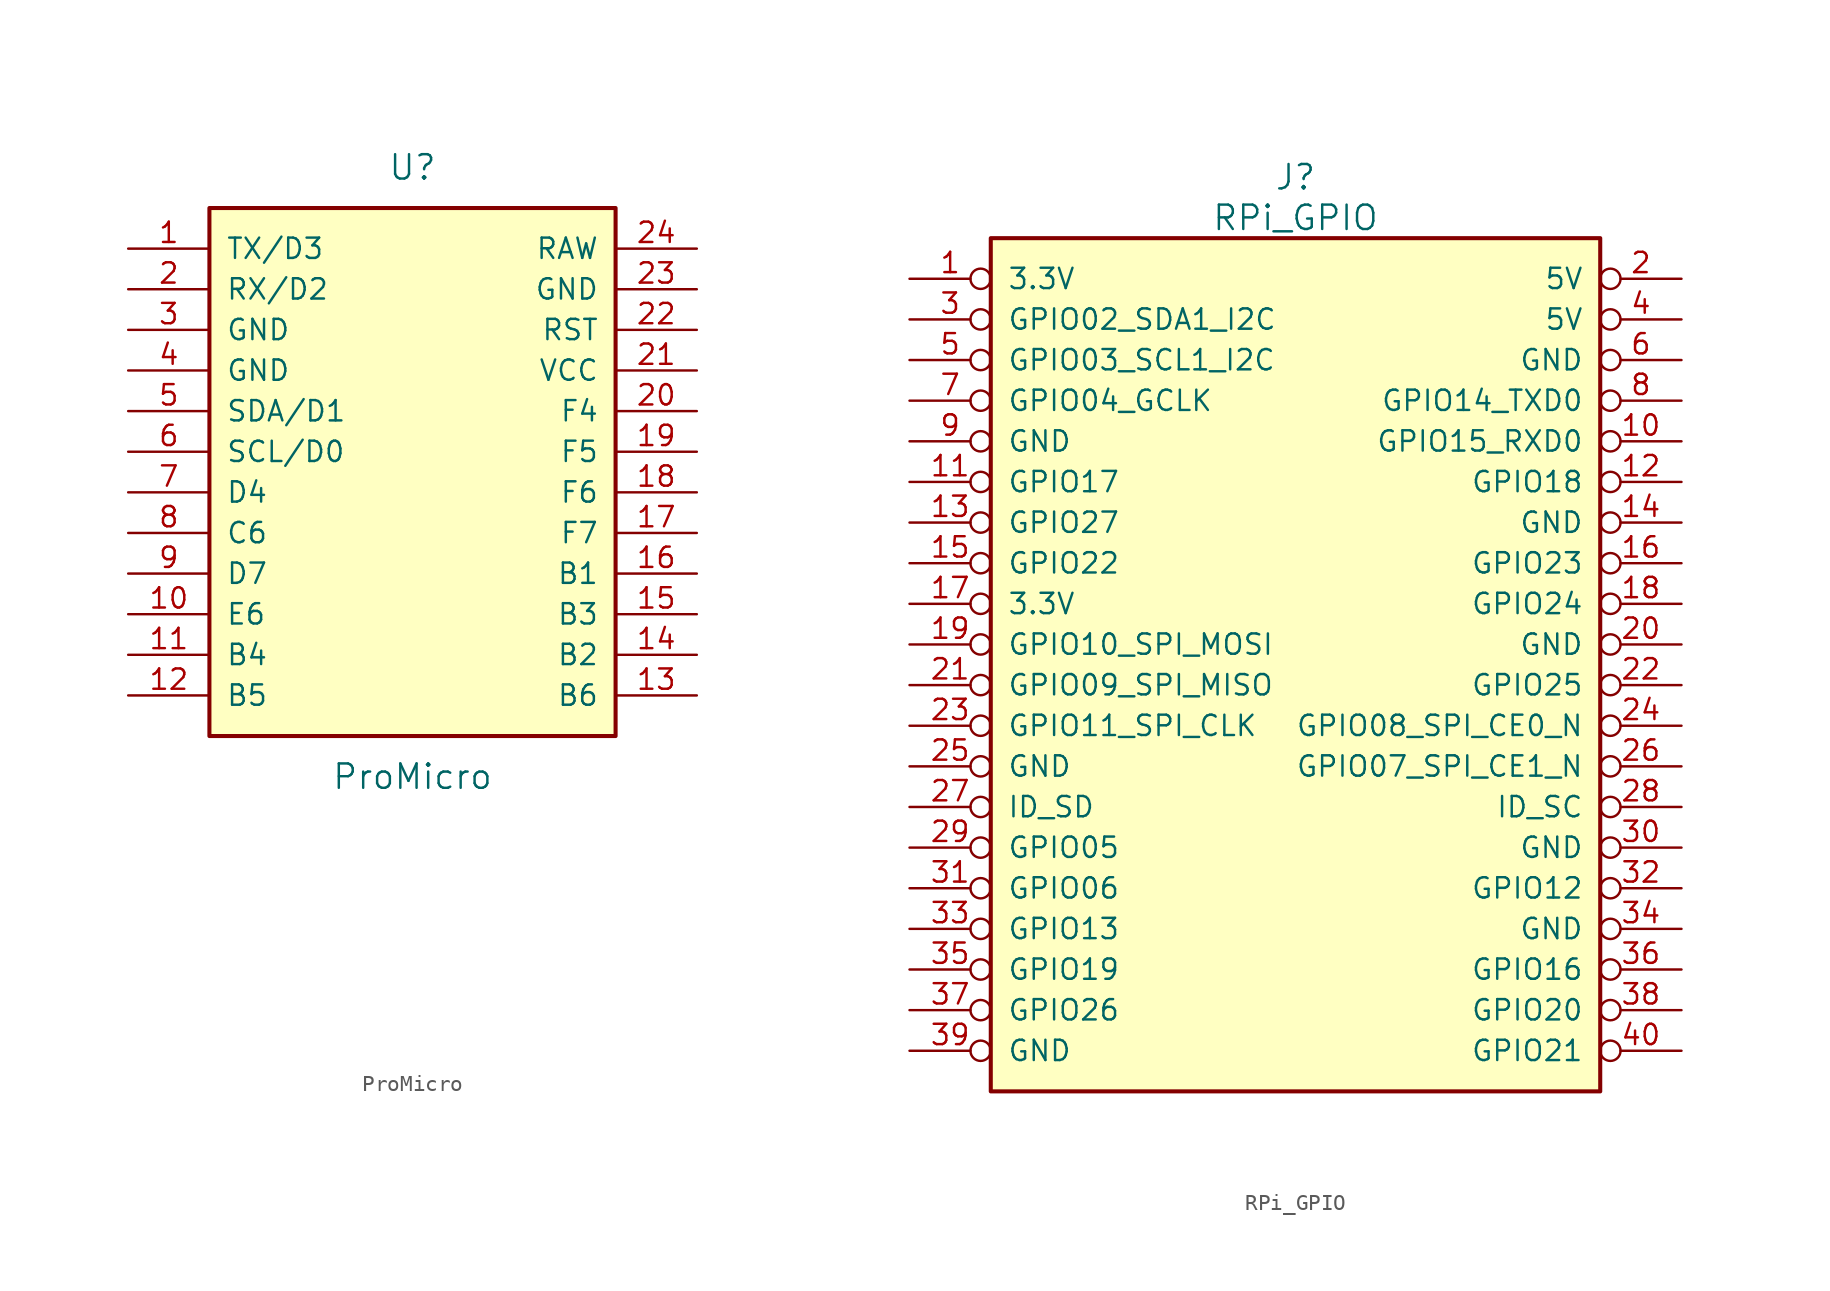
<source format=kicad_sym>
(kicad_symbol_lib
  (version 20201005)
  (generator kicad_symbol_editor)
  (symbol "#library:ProMicro"
    (pin_names
      (offset 1.016))
    (property "Reference" "U"
      (at 0 24.13 0)
      (effects (font (size 1.524 1.524))))
    (property "Value" "ProMicro"
      (at 0 -13.97 0)
      (effects (font (size 1.524 1.524))))
    (property "Footprint" ""
      (at 2.54 -26.67 0)
      (effects (font (size 1.524 1.524))))
    (property "Datasheet" ""
      (at 2.54 -26.67 0)
      (effects (font (size 1.524 1.524))))
    (symbol "ProMicro_0_1"
      (rectangle (start -12.7 21.59) (end 12.7 -11.43) (stroke (width 0.254)) (fill (type background))))
    (symbol "ProMicro_1_1"
      (pin bidirectional line (at -17.78 19.05 0) (length 5.08) (name "TX/D3" (effects (font (size 1.27 1.27)))) (number "1" (effects (font (size 1.27 1.27)))))
      (pin bidirectional line (at -17.78 -3.81 0) (length 5.08) (name "E6" (effects (font (size 1.27 1.27)))) (number "10" (effects (font (size 1.27 1.27)))))
      (pin bidirectional line (at -17.78 -6.35 0) (length 5.08) (name "B4" (effects (font (size 1.27 1.27)))) (number "11" (effects (font (size 1.27 1.27)))))
      (pin bidirectional line (at -17.78 -8.89 0) (length 5.08) (name "B5" (effects (font (size 1.27 1.27)))) (number "12" (effects (font (size 1.27 1.27)))))
      (pin bidirectional line (at 17.78 -8.89 180) (length 5.08) (name "B6" (effects (font (size 1.27 1.27)))) (number "13" (effects (font (size 1.27 1.27)))))
      (pin bidirectional line (at 17.78 -6.35 180) (length 5.08) (name "B2" (effects (font (size 1.27 1.27)))) (number "14" (effects (font (size 1.27 1.27)))))
      (pin bidirectional line (at 17.78 -3.81 180) (length 5.08) (name "B3" (effects (font (size 1.27 1.27)))) (number "15" (effects (font (size 1.27 1.27)))))
      (pin bidirectional line (at 17.78 -1.27 180) (length 5.08) (name "B1" (effects (font (size 1.27 1.27)))) (number "16" (effects (font (size 1.27 1.27)))))
      (pin bidirectional line (at 17.78 1.27 180) (length 5.08) (name "F7" (effects (font (size 1.27 1.27)))) (number "17" (effects (font (size 1.27 1.27)))))
      (pin bidirectional line (at 17.78 3.81 180) (length 5.08) (name "F6" (effects (font (size 1.27 1.27)))) (number "18" (effects (font (size 1.27 1.27)))))
      (pin bidirectional line (at 17.78 6.35 180) (length 5.08) (name "F5" (effects (font (size 1.27 1.27)))) (number "19" (effects (font (size 1.27 1.27)))))
      (pin bidirectional line (at -17.78 16.51 0) (length 5.08) (name "RX/D2" (effects (font (size 1.27 1.27)))) (number "2" (effects (font (size 1.27 1.27)))))
      (pin bidirectional line (at 17.78 8.89 180) (length 5.08) (name "F4" (effects (font (size 1.27 1.27)))) (number "20" (effects (font (size 1.27 1.27)))))
      (pin power_in line (at 17.78 11.43 180) (length 5.08) (name "VCC" (effects (font (size 1.27 1.27)))) (number "21" (effects (font (size 1.27 1.27)))))
      (pin input line (at 17.78 13.97 180) (length 5.08) (name "RST" (effects (font (size 1.27 1.27)))) (number "22" (effects (font (size 1.27 1.27)))))
      (pin power_in line (at 17.78 16.51 180) (length 5.08) (name "GND" (effects (font (size 1.27 1.27)))) (number "23" (effects (font (size 1.27 1.27)))))
      (pin power_out line (at 17.78 19.05 180) (length 5.08) (name "RAW" (effects (font (size 1.27 1.27)))) (number "24" (effects (font (size 1.27 1.27)))))
      (pin power_in line (at -17.78 13.97 0) (length 5.08) (name "GND" (effects (font (size 1.27 1.27)))) (number "3" (effects (font (size 1.27 1.27)))))
      (pin power_in line (at -17.78 11.43 0) (length 5.08) (name "GND" (effects (font (size 1.27 1.27)))) (number "4" (effects (font (size 1.27 1.27)))))
      (pin bidirectional line (at -17.78 8.89 0) (length 5.08) (name "SDA/D1" (effects (font (size 1.27 1.27)))) (number "5" (effects (font (size 1.27 1.27)))))
      (pin bidirectional line (at -17.78 6.35 0) (length 5.08) (name "SCL/D0" (effects (font (size 1.27 1.27)))) (number "6" (effects (font (size 1.27 1.27)))))
      (pin bidirectional line (at -17.78 3.81 0) (length 5.08) (name "D4" (effects (font (size 1.27 1.27)))) (number "7" (effects (font (size 1.27 1.27)))))
      (pin bidirectional line (at -17.78 1.27 0) (length 5.08) (name "C6" (effects (font (size 1.27 1.27)))) (number "8" (effects (font (size 1.27 1.27)))))
      (pin bidirectional line (at -17.78 -1.27 0) (length 5.08) (name "D7" (effects (font (size 1.27 1.27)))) (number "9" (effects (font (size 1.27 1.27)))))))
  (symbol "#library:RPi_GPIO"
    (pin_names
      (offset 1.016))
    (property "Reference" "J"
      (at 19.05 6.35 0)
      (effects (font (size 1.524 1.524))))
    (property "Value" "RPi_GPIO"
      (at 19.05 3.81 0)
      (effects (font (size 1.524 1.524))))
    (property "Footprint" ""
      (at 0 0 0)
      (effects (font (size 1.524 1.524))))
    (property "Datasheet" ""
      (at 0 0 0)
      (effects (font (size 1.524 1.524))))
    (symbol "RPi_GPIO_0_1"
      (rectangle (start 0 2.54) (end 38.1 -50.8) (stroke (width 0.254)) (fill (type background))))
    (symbol "RPi_GPIO_1_1"
      (pin power_in inverted (at -5.08 0 0) (length 5.08) (name "3.3V" (effects (font (size 1.27 1.27)))) (number "1" (effects (font (size 1.27 1.27)))))
      (pin bidirectional inverted (at 43.18 -10.16 180) (length 5.08) (name "GPIO15_RXD0" (effects (font (size 1.27 1.27)))) (number "10" (effects (font (size 1.27 1.27)))))
      (pin bidirectional inverted (at -5.08 -12.7 0) (length 5.08) (name "GPIO17" (effects (font (size 1.27 1.27)))) (number "11" (effects (font (size 1.27 1.27)))))
      (pin bidirectional inverted (at 43.18 -12.7 180) (length 5.08) (name "GPIO18" (effects (font (size 1.27 1.27)))) (number "12" (effects (font (size 1.27 1.27)))))
      (pin bidirectional inverted (at -5.08 -15.24 0) (length 5.08) (name "GPIO27" (effects (font (size 1.27 1.27)))) (number "13" (effects (font (size 1.27 1.27)))))
      (pin power_in inverted (at 43.18 -15.24 180) (length 5.08) (name "GND" (effects (font (size 1.27 1.27)))) (number "14" (effects (font (size 1.27 1.27)))))
      (pin bidirectional inverted (at -5.08 -17.78 0) (length 5.08) (name "GPIO22" (effects (font (size 1.27 1.27)))) (number "15" (effects (font (size 1.27 1.27)))))
      (pin bidirectional inverted (at 43.18 -17.78 180) (length 5.08) (name "GPIO23" (effects (font (size 1.27 1.27)))) (number "16" (effects (font (size 1.27 1.27)))))
      (pin power_in inverted (at -5.08 -20.32 0) (length 5.08) (name "3.3V" (effects (font (size 1.27 1.27)))) (number "17" (effects (font (size 1.27 1.27)))))
      (pin bidirectional inverted (at 43.18 -20.32 180) (length 5.08) (name "GPIO24" (effects (font (size 1.27 1.27)))) (number "18" (effects (font (size 1.27 1.27)))))
      (pin bidirectional inverted (at -5.08 -22.86 0) (length 5.08) (name "GPIO10_SPI_MOSI" (effects (font (size 1.27 1.27)))) (number "19" (effects (font (size 1.27 1.27)))))
      (pin power_in inverted (at 43.18 0 180) (length 5.08) (name "5V" (effects (font (size 1.27 1.27)))) (number "2" (effects (font (size 1.27 1.27)))))
      (pin power_in inverted (at 43.18 -22.86 180) (length 5.08) (name "GND" (effects (font (size 1.27 1.27)))) (number "20" (effects (font (size 1.27 1.27)))))
      (pin bidirectional inverted (at -5.08 -25.4 0) (length 5.08) (name "GPIO09_SPI_MISO" (effects (font (size 1.27 1.27)))) (number "21" (effects (font (size 1.27 1.27)))))
      (pin bidirectional inverted (at 43.18 -25.4 180) (length 5.08) (name "GPIO25" (effects (font (size 1.27 1.27)))) (number "22" (effects (font (size 1.27 1.27)))))
      (pin bidirectional inverted (at -5.08 -27.94 0) (length 5.08) (name "GPIO11_SPI_CLK" (effects (font (size 1.27 1.27)))) (number "23" (effects (font (size 1.27 1.27)))))
      (pin bidirectional inverted (at 43.18 -27.94 180) (length 5.08) (name "GPIO08_SPI_CE0_N" (effects (font (size 1.27 1.27)))) (number "24" (effects (font (size 1.27 1.27)))))
      (pin power_in inverted (at -5.08 -30.48 0) (length 5.08) (name "GND" (effects (font (size 1.27 1.27)))) (number "25" (effects (font (size 1.27 1.27)))))
      (pin bidirectional inverted (at 43.18 -30.48 180) (length 5.08) (name "GPIO07_SPI_CE1_N" (effects (font (size 1.27 1.27)))) (number "26" (effects (font (size 1.27 1.27)))))
      (pin bidirectional inverted (at -5.08 -33.02 0) (length 5.08) (name "ID_SD" (effects (font (size 1.27 1.27)))) (number "27" (effects (font (size 1.27 1.27)))))
      (pin bidirectional inverted (at 43.18 -33.02 180) (length 5.08) (name "ID_SC" (effects (font (size 1.27 1.27)))) (number "28" (effects (font (size 1.27 1.27)))))
      (pin bidirectional inverted (at -5.08 -35.56 0) (length 5.08) (name "GPIO05" (effects (font (size 1.27 1.27)))) (number "29" (effects (font (size 1.27 1.27)))))
      (pin bidirectional inverted (at -5.08 -2.54 0) (length 5.08) (name "GPIO02_SDA1_I2C" (effects (font (size 1.27 1.27)))) (number "3" (effects (font (size 1.27 1.27)))))
      (pin power_in inverted (at 43.18 -35.56 180) (length 5.08) (name "GND" (effects (font (size 1.27 1.27)))) (number "30" (effects (font (size 1.27 1.27)))))
      (pin bidirectional inverted (at -5.08 -38.1 0) (length 5.08) (name "GPIO06" (effects (font (size 1.27 1.27)))) (number "31" (effects (font (size 1.27 1.27)))))
      (pin bidirectional inverted (at 43.18 -38.1 180) (length 5.08) (name "GPIO12" (effects (font (size 1.27 1.27)))) (number "32" (effects (font (size 1.27 1.27)))))
      (pin bidirectional inverted (at -5.08 -40.64 0) (length 5.08) (name "GPIO13" (effects (font (size 1.27 1.27)))) (number "33" (effects (font (size 1.27 1.27)))))
      (pin power_in inverted (at 43.18 -40.64 180) (length 5.08) (name "GND" (effects (font (size 1.27 1.27)))) (number "34" (effects (font (size 1.27 1.27)))))
      (pin bidirectional inverted (at -5.08 -43.18 0) (length 5.08) (name "GPIO19" (effects (font (size 1.27 1.27)))) (number "35" (effects (font (size 1.27 1.27)))))
      (pin bidirectional inverted (at 43.18 -43.18 180) (length 5.08) (name "GPIO16" (effects (font (size 1.27 1.27)))) (number "36" (effects (font (size 1.27 1.27)))))
      (pin bidirectional inverted (at -5.08 -45.72 0) (length 5.08) (name "GPIO26" (effects (font (size 1.27 1.27)))) (number "37" (effects (font (size 1.27 1.27)))))
      (pin bidirectional inverted (at 43.18 -45.72 180) (length 5.08) (name "GPIO20" (effects (font (size 1.27 1.27)))) (number "38" (effects (font (size 1.27 1.27)))))
      (pin power_in inverted (at -5.08 -48.26 0) (length 5.08) (name "GND" (effects (font (size 1.27 1.27)))) (number "39" (effects (font (size 1.27 1.27)))))
      (pin power_in inverted (at 43.18 -2.54 180) (length 5.08) (name "5V" (effects (font (size 1.27 1.27)))) (number "4" (effects (font (size 1.27 1.27)))))
      (pin bidirectional inverted (at 43.18 -48.26 180) (length 5.08) (name "GPIO21" (effects (font (size 1.27 1.27)))) (number "40" (effects (font (size 1.27 1.27)))))
      (pin bidirectional inverted (at -5.08 -5.08 0) (length 5.08) (name "GPIO03_SCL1_I2C" (effects (font (size 1.27 1.27)))) (number "5" (effects (font (size 1.27 1.27)))))
      (pin power_in inverted (at 43.18 -5.08 180) (length 5.08) (name "GND" (effects (font (size 1.27 1.27)))) (number "6" (effects (font (size 1.27 1.27)))))
      (pin bidirectional inverted (at -5.08 -7.62 0) (length 5.08) (name "GPIO04_GCLK" (effects (font (size 1.27 1.27)))) (number "7" (effects (font (size 1.27 1.27)))))
      (pin bidirectional inverted (at 43.18 -7.62 180) (length 5.08) (name "GPIO14_TXD0" (effects (font (size 1.27 1.27)))) (number "8" (effects (font (size 1.27 1.27)))))
      (pin power_in inverted (at -5.08 -10.16 0) (length 5.08) (name "GND" (effects (font (size 1.27 1.27)))) (number "9" (effects (font (size 1.27 1.27))))))))
</source>
